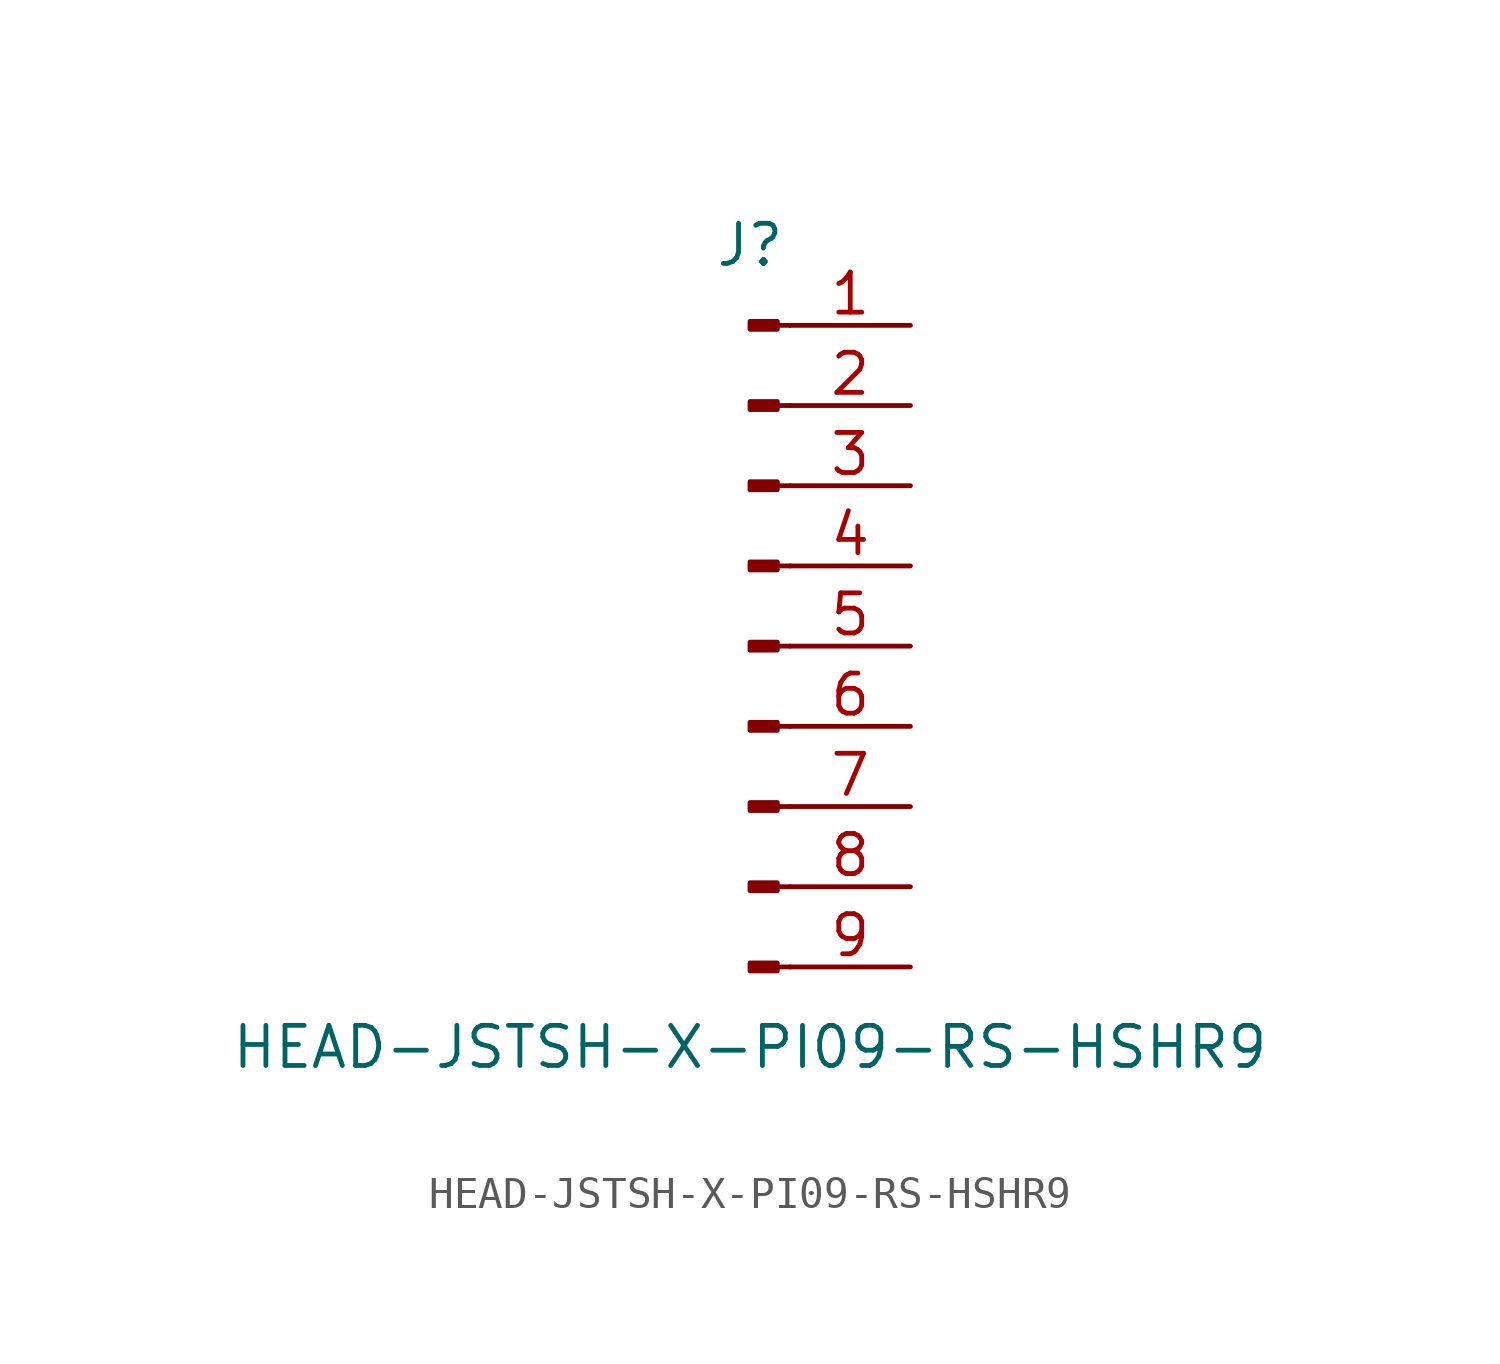
<source format=kicad_sym>
(kicad_symbol_lib
  (version 20211014)
  (generator kicad_symbol_editor)
  (symbol "HEAD-JSTSH-X-PI09-RS-HSHR9"
    (pin_names
      (offset 1.016) hide)
    (property "Reference" "J"
      (at 0 12.7 0)
      (effects (font (size 1.27 1.27))))
    (property "Value" "HEAD-JSTSH-X-PI09-RS-HSHR9"
      (at 0 -12.7 0)
      (effects (font (size 1.27 1.27))))
    (symbol "HEAD-JSTSH-X-PI09-RS-HSHR9_1_1"
      (polyline (pts (xy 1.27 -10.16) (xy 0.864 -10.16)) (stroke (width 0.152) (type default) (color 0 0 0 0)) (fill (type none)))
      (polyline (pts (xy 1.27 -7.62) (xy 0.864 -7.62)) (stroke (width 0.152) (type default) (color 0 0 0 0)) (fill (type none)))
      (polyline (pts (xy 1.27 -5.08) (xy 0.864 -5.08)) (stroke (width 0.152) (type default) (color 0 0 0 0)) (fill (type none)))
      (polyline (pts (xy 1.27 -2.54) (xy 0.864 -2.54)) (stroke (width 0.152) (type default) (color 0 0 0 0)) (fill (type none)))
      (polyline (pts (xy 1.27 0) (xy 0.864 0)) (stroke (width 0.152) (type default) (color 0 0 0 0)) (fill (type none)))
      (polyline (pts (xy 1.27 2.54) (xy 0.864 2.54)) (stroke (width 0.152) (type default) (color 0 0 0 0)) (fill (type none)))
      (polyline (pts (xy 1.27 5.08) (xy 0.864 5.08)) (stroke (width 0.152) (type default) (color 0 0 0 0)) (fill (type none)))
      (polyline (pts (xy 1.27 7.62) (xy 0.864 7.62)) (stroke (width 0.152) (type default) (color 0 0 0 0)) (fill (type none)))
      (polyline (pts (xy 1.27 10.16) (xy 0.864 10.16)) (stroke (width 0.152) (type default) (color 0 0 0 0)) (fill (type none)))
      (rectangle (start 0.864 -10.033) (end 0 -10.287) (stroke (width 0.152) (type default) (color 0 0 0 0)) (fill (type outline)))
      (rectangle (start 0.864 -7.493) (end 0 -7.747) (stroke (width 0.152) (type default) (color 0 0 0 0)) (fill (type outline)))
      (rectangle (start 0.864 -4.953) (end 0 -5.207) (stroke (width 0.152) (type default) (color 0 0 0 0)) (fill (type outline)))
      (rectangle (start 0.864 -2.413) (end 0 -2.667) (stroke (width 0.152) (type default) (color 0 0 0 0)) (fill (type outline)))
      (rectangle (start 0.864 0.127) (end 0 -0.127) (stroke (width 0.152) (type default) (color 0 0 0 0)) (fill (type outline)))
      (rectangle (start 0.864 2.667) (end 0 2.413) (stroke (width 0.152) (type default) (color 0 0 0 0)) (fill (type outline)))
      (rectangle (start 0.864 5.207) (end 0 4.953) (stroke (width 0.152) (type default) (color 0 0 0 0)) (fill (type outline)))
      (rectangle (start 0.864 7.747) (end 0 7.493) (stroke (width 0.152) (type default) (color 0 0 0 0)) (fill (type outline)))
      (rectangle (start 0.864 10.287) (end 0 10.033) (stroke (width 0.152) (type default) (color 0 0 0 0)) (fill (type outline)))
      (pin passive line (at 5.08 10.16 180) (length 3.81) (name "Pin_1" (effects (font (size 1.27 1.27)))) (number "1" (effects (font (size 1.27 1.27)))))
      (pin passive line (at 5.08 7.62 180) (length 3.81) (name "Pin_2" (effects (font (size 1.27 1.27)))) (number "2" (effects (font (size 1.27 1.27)))))
      (pin passive line (at 5.08 5.08 180) (length 3.81) (name "Pin_3" (effects (font (size 1.27 1.27)))) (number "3" (effects (font (size 1.27 1.27)))))
      (pin passive line (at 5.08 2.54 180) (length 3.81) (name "Pin_4" (effects (font (size 1.27 1.27)))) (number "4" (effects (font (size 1.27 1.27)))))
      (pin passive line (at 5.08 0 180) (length 3.81) (name "Pin_5" (effects (font (size 1.27 1.27)))) (number "5" (effects (font (size 1.27 1.27)))))
      (pin passive line (at 5.08 -2.54 180) (length 3.81) (name "Pin_6" (effects (font (size 1.27 1.27)))) (number "6" (effects (font (size 1.27 1.27)))))
      (pin passive line (at 5.08 -5.08 180) (length 3.81) (name "Pin_7" (effects (font (size 1.27 1.27)))) (number "7" (effects (font (size 1.27 1.27)))))
      (pin passive line (at 5.08 -7.62 180) (length 3.81) (name "Pin_8" (effects (font (size 1.27 1.27)))) (number "8" (effects (font (size 1.27 1.27)))))
      (pin passive line (at 5.08 -10.16 180) (length 3.81) (name "Pin_9" (effects (font (size 1.27 1.27)))) (number "9" (effects (font (size 1.27 1.27))))))))
</source>
